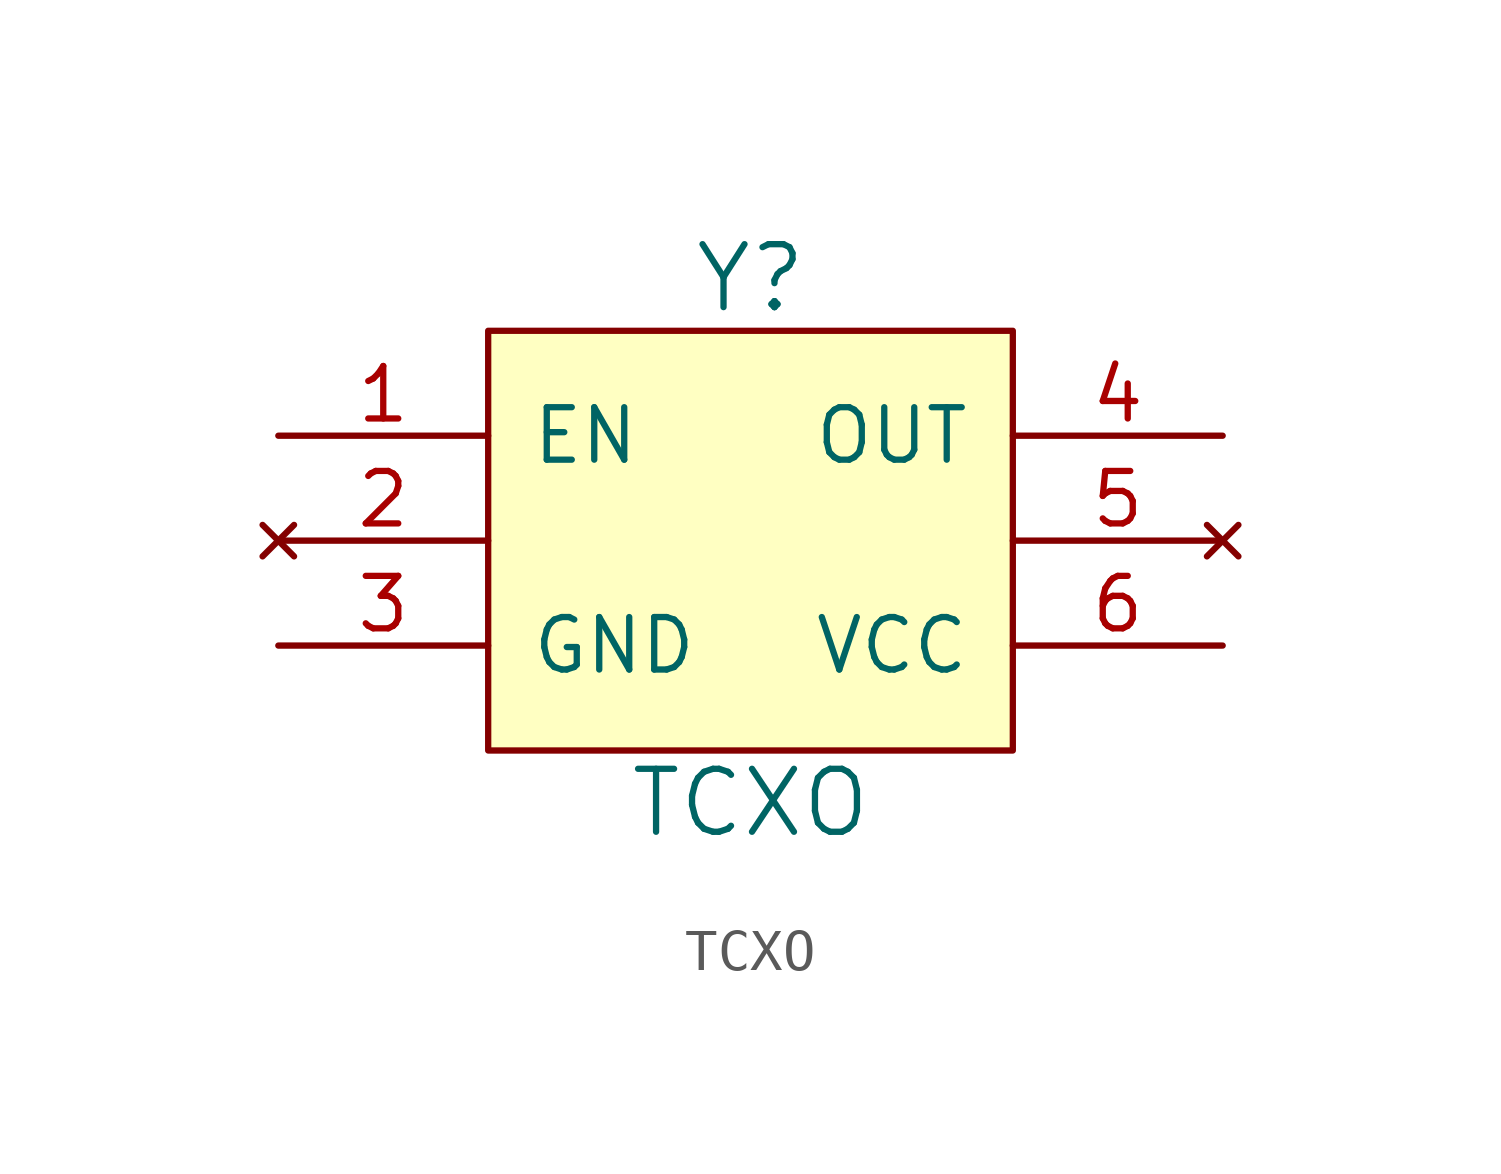
<source format=kicad_sym>
(kicad_symbol_lib
  (version 20241209)
  (generator "kicad_symbol_editor")
  (generator_version "9.0")
  (symbol "TCXO"
    (pin_names
      (offset 1.016))
    (property "Reference" "Y"
      (at 0 6.35 0)
      (effects (font (size 1.524 1.524))))
    (property "Value" "TCXO"
      (at 0 -6.35 0)
      (effects (font (size 1.524 1.524))))
    (property "Footprint" ""
      (at 0 -6.35 0)
      (effects (font (size 1.524 1.524))))
    (property "Datasheet" ""
      (at 0 -6.35 0)
      (effects (font (size 1.524 1.524))))
    (symbol "TCXO_0_1"
      (rectangle (start -6.35 5.08) (end 6.35 -5.08) (stroke (width 0) (type solid)) (fill (type background))))
    (symbol "TCXO_1_1"
      (pin input line (at -11.43 2.54 0) (length 5.08) (name "EN" (effects (font (size 1.27 1.27)))) (number "1" (effects (font (size 1.27 1.27)))))
      (pin no_connect line (at -11.43 0 0) (length 5.08) (name "~" (effects (font (size 1.27 1.27)))) (number "2" (effects (font (size 1.27 1.27)))))
      (pin power_in line (at -11.43 -2.54 0) (length 5.08) (name "GND" (effects (font (size 1.27 1.27)))) (number "3" (effects (font (size 1.27 1.27)))))
      (pin output line (at 11.43 2.54 180) (length 5.08) (name "OUT" (effects (font (size 1.27 1.27)))) (number "4" (effects (font (size 1.27 1.27)))))
      (pin no_connect line (at 11.43 0 180) (length 5.08) (name "~" (effects (font (size 1.27 1.27)))) (number "5" (effects (font (size 1.27 1.27)))))
      (pin power_in line (at 11.43 -2.54 180) (length 5.08) (name "VCC" (effects (font (size 1.27 1.27)))) (number "6" (effects (font (size 1.27 1.27))))))))
</source>
